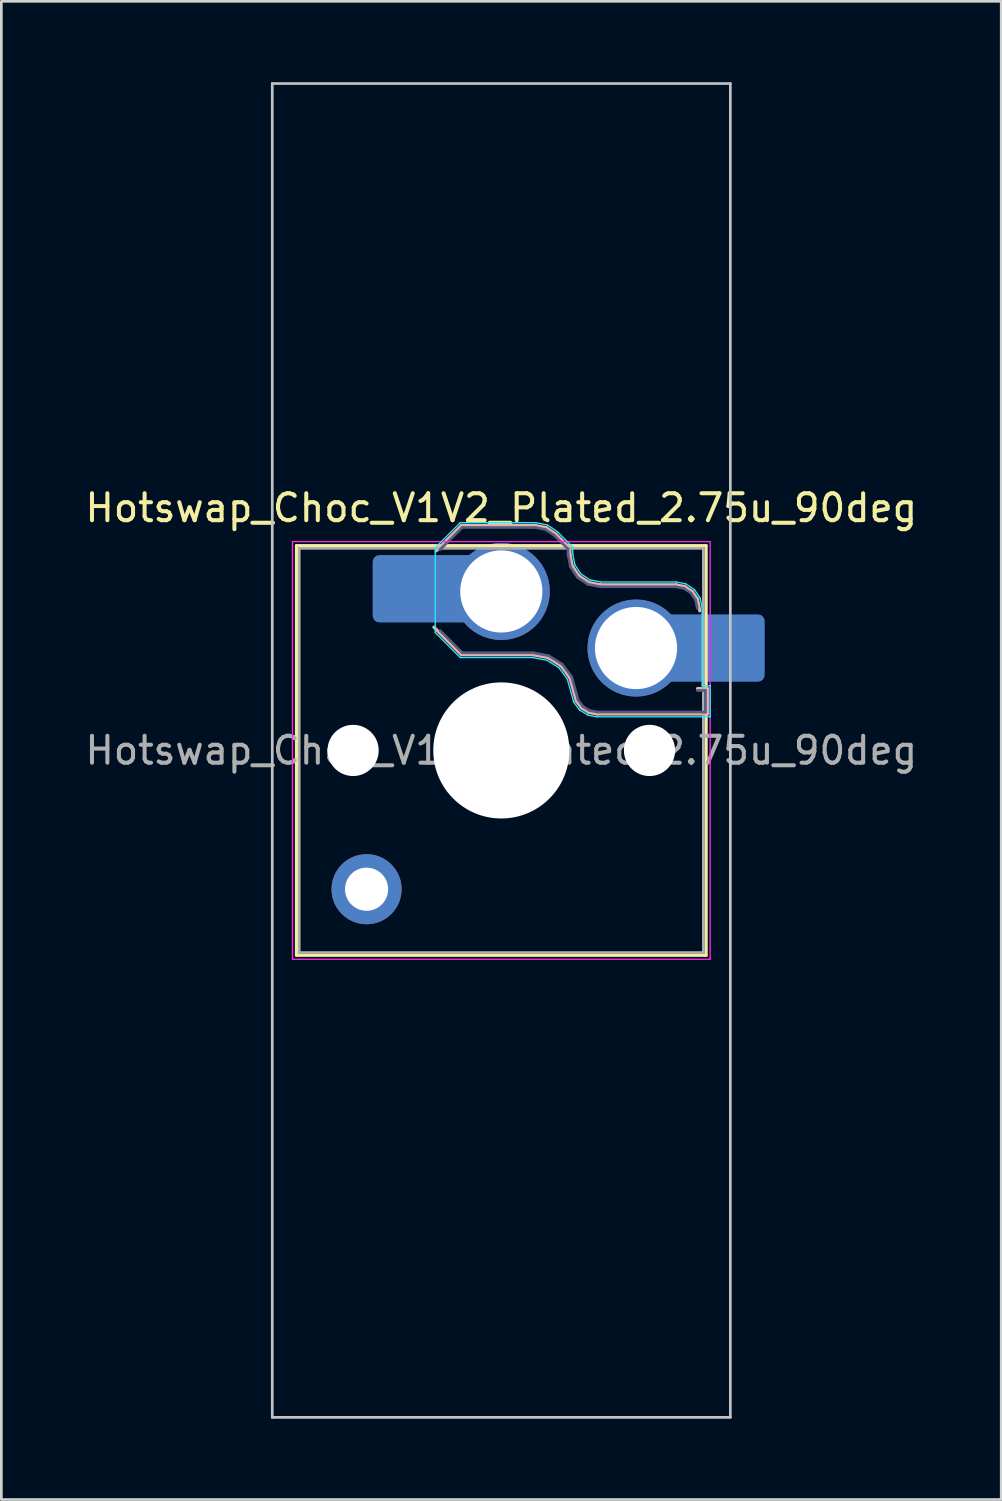
<source format=kicad_pcb>
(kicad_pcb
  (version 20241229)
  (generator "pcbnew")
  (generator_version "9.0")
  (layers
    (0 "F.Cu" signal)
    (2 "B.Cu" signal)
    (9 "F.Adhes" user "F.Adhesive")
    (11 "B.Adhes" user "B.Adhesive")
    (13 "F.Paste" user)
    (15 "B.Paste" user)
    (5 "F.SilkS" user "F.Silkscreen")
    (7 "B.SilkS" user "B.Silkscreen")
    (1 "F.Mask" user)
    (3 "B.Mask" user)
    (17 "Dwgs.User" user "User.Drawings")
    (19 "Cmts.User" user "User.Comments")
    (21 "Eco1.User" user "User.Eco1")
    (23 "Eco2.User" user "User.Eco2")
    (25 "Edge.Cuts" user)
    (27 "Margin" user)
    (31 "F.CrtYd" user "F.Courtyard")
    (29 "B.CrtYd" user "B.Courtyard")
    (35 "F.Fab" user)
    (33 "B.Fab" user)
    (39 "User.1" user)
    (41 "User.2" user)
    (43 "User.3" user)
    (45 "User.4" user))
  (footprint "Hotswap_Choc_V1V2_Plated_2.75u_90deg"
    (layer "F.Cu")
    (at 15.554 24.8)
    (property "Reference" "Hotswap_Choc_V1V2_Plated_2.75u_90deg" (at 0 -9 0) (layer "F.SilkS") (effects (font (size 1 1) (thickness 0.15))))
    (attr smd allow_soldermask_bridges)
    (fp_line (start -7.6 -7.6) (end -7.6 7.6) (stroke (width 0.12) (type solid)) (layer "F.SilkS"))
    (fp_line (start -7.6 7.6) (end 7.6 7.6) (stroke (width 0.12) (type solid)) (layer "F.SilkS"))
    (fp_line (start 7.6 -7.6) (end -7.6 -7.6) (stroke (width 0.12) (type solid)) (layer "F.SilkS"))
    (fp_line (start 7.6 7.6) (end 7.6 -7.6) (stroke (width 0.12) (type solid)) (layer "F.SilkS"))
    (fp_line (start -2.416 -7.409) (end -1.479 -8.346) (stroke (width 0.12) (type solid)) (layer "B.SilkS"))
    (fp_line (start -1.479 -8.346) (end 1.268 -8.346) (stroke (width 0.12) (type solid)) (layer "B.SilkS"))
    (fp_line (start -1.479 -3.554) (end -2.5 -4.575) (stroke (width 0.12) (type solid)) (layer "B.SilkS"))
    (fp_line (start 1.168 -3.554) (end -1.479 -3.554) (stroke (width 0.12) (type solid)) (layer "B.SilkS"))
    (fp_line (start 1.268 -8.346) (end 1.671 -8.266) (stroke (width 0.12) (type solid)) (layer "B.SilkS"))
    (fp_line (start 1.671 -8.266) (end 2.013 -8.037) (stroke (width 0.12) (type solid)) (layer "B.SilkS"))
    (fp_line (start 1.73 -3.449) (end 1.168 -3.554) (stroke (width 0.12) (type solid)) (layer "B.SilkS"))
    (fp_line (start 2.013 -8.037) (end 2.546 -7.504) (stroke (width 0.12) (type solid)) (layer "B.SilkS"))
    (fp_line (start 2.209 -3.15) (end 1.73 -3.449) (stroke (width 0.12) (type solid)) (layer "B.SilkS"))
    (fp_line (start 2.546 -7.504) (end 2.546 -7.282) (stroke (width 0.12) (type solid)) (layer "B.SilkS"))
    (fp_line (start 2.546 -7.282) (end 2.633 -6.844) (stroke (width 0.12) (type solid)) (layer "B.SilkS"))
    (fp_line (start 2.547 -2.697) (end 2.209 -3.15) (stroke (width 0.12) (type solid)) (layer "B.SilkS"))
    (fp_line (start 2.633 -6.844) (end 2.877 -6.477) (stroke (width 0.12) (type solid)) (layer "B.SilkS"))
    (fp_line (start 2.701 -2.139) (end 2.547 -2.697) (stroke (width 0.12) (type solid)) (layer "B.SilkS"))
    (fp_line (start 2.783 -1.841) (end 2.701 -2.139) (stroke (width 0.12) (type solid)) (layer "B.SilkS"))
    (fp_line (start 2.877 -6.477) (end 3.244 -6.233) (stroke (width 0.12) (type solid)) (layer "B.SilkS"))
    (fp_line (start 2.976 -1.583) (end 2.783 -1.841) (stroke (width 0.12) (type solid)) (layer "B.SilkS"))
    (fp_line (start 3.244 -6.233) (end 3.682 -6.146) (stroke (width 0.12) (type solid)) (layer "B.SilkS"))
    (fp_line (start 3.25 -1.413) (end 2.976 -1.583) (stroke (width 0.12) (type solid)) (layer "B.SilkS"))
    (fp_line (start 3.56 -1.354) (end 3.25 -1.413) (stroke (width 0.12) (type solid)) (layer "B.SilkS"))
    (fp_line (start 3.682 -6.146) (end 6.482 -6.146) (stroke (width 0.12) (type solid)) (layer "B.SilkS"))
    (fp_line (start 6.482 -6.146) (end 6.809 -6.081) (stroke (width 0.12) (type solid)) (layer "B.SilkS"))
    (fp_line (start 6.809 -6.081) (end 7.092 -5.892) (stroke (width 0.12) (type solid)) (layer "B.SilkS"))
    (fp_line (start 7.092 -5.892) (end 7.281 -5.609) (stroke (width 0.12) (type solid)) (layer "B.SilkS"))
    (fp_line (start 7.281 -5.609) (end 7.366 -5.182) (stroke (width 0.12) (type solid)) (layer "B.SilkS"))
    (fp_line (start 7.283 -2.296) (end 7.646 -2.296) (stroke (width 0.12) (type solid)) (layer "B.SilkS"))
    (fp_line (start 7.646 -2.296) (end 7.646 -1.354) (stroke (width 0.12) (type solid)) (layer "B.SilkS"))
    (fp_line (start 7.646 -1.354) (end 3.56 -1.354) (stroke (width 0.12) (type solid)) (layer "B.SilkS"))
    (fp_line (start -8.5 -24.75) (end 8.5 -24.75) (stroke (width 0.1) (type solid)) (layer "Dwgs.User"))
    (fp_line (start -8.5 24.75) (end -8.5 -24.75) (stroke (width 0.1) (type solid)) (layer "Dwgs.User"))
    (fp_line (start 8.5 -24.75) (end 8.5 24.75) (stroke (width 0.1) (type solid)) (layer "Dwgs.User"))
    (fp_line (start 8.5 24.75) (end -8.5 24.75) (stroke (width 0.1) (type solid)) (layer "Dwgs.User"))
    (fp_line (start -7.25 -7.25) (end -7.25 7.25) (stroke (width 0.1) (type solid)) (layer "Eco1.User"))
    (fp_line (start -7.25 7.25) (end 7.25 7.25) (stroke (width 0.1) (type solid)) (layer "Eco1.User"))
    (fp_line (start 7.25 -7.25) (end -7.25 -7.25) (stroke (width 0.1) (type solid)) (layer "Eco1.User"))
    (fp_line (start 7.25 7.25) (end 7.25 -7.25) (stroke (width 0.1) (type solid)) (layer "Eco1.User"))
    (fp_line (start -2.452 -7.523) (end -1.523 -8.452) (stroke (width 0.05) (type solid)) (layer "B.CrtYd"))
    (fp_line (start -2.452 -4.377) (end -2.452 -7.523) (stroke (width 0.05) (type solid)) (layer "B.CrtYd"))
    (fp_line (start -1.523 -8.452) (end 1.278 -8.452) (stroke (width 0.05) (type solid)) (layer "B.CrtYd"))
    (fp_line (start -1.523 -3.448) (end -2.452 -4.377) (stroke (width 0.05) (type solid)) (layer "B.CrtYd"))
    (fp_line (start 1.159 -3.448) (end -1.523 -3.448) (stroke (width 0.05) (type solid)) (layer "B.CrtYd"))
    (fp_line (start 1.278 -8.452) (end 1.712 -8.366) (stroke (width 0.05) (type solid)) (layer "B.CrtYd"))
    (fp_line (start 1.691 -3.348) (end 1.159 -3.448) (stroke (width 0.05) (type solid)) (layer "B.CrtYd"))
    (fp_line (start 1.712 -8.366) (end 2.081 -8.119) (stroke (width 0.05) (type solid)) (layer "B.CrtYd"))
    (fp_line (start 2.081 -8.119) (end 2.652 -7.548) (stroke (width 0.05) (type solid)) (layer "B.CrtYd"))
    (fp_line (start 2.136 -3.071) (end 1.691 -3.348) (stroke (width 0.05) (type solid)) (layer "B.CrtYd"))
    (fp_line (start 2.45 -2.65) (end 2.136 -3.071) (stroke (width 0.05) (type solid)) (layer "B.CrtYd"))
    (fp_line (start 2.599 -2.111) (end 2.45 -2.65) (stroke (width 0.05) (type solid)) (layer "B.CrtYd"))
    (fp_line (start 2.652 -7.548) (end 2.652 -7.292) (stroke (width 0.05) (type solid)) (layer "B.CrtYd"))
    (fp_line (start 2.652 -7.292) (end 2.733 -6.885) (stroke (width 0.05) (type solid)) (layer "B.CrtYd"))
    (fp_line (start 2.687 -1.794) (end 2.599 -2.111) (stroke (width 0.05) (type solid)) (layer "B.CrtYd"))
    (fp_line (start 2.733 -6.885) (end 2.953 -6.553) (stroke (width 0.05) (type solid)) (layer "B.CrtYd"))
    (fp_line (start 2.903 -1.503) (end 2.687 -1.794) (stroke (width 0.05) (type solid)) (layer "B.CrtYd"))
    (fp_line (start 2.953 -6.553) (end 3.285 -6.333) (stroke (width 0.05) (type solid)) (layer "B.CrtYd"))
    (fp_line (start 3.211 -1.312) (end 2.903 -1.503) (stroke (width 0.05) (type solid)) (layer "B.CrtYd"))
    (fp_line (start 3.285 -6.333) (end 3.692 -6.252) (stroke (width 0.05) (type solid)) (layer "B.CrtYd"))
    (fp_line (start 3.55 -1.248) (end 3.211 -1.312) (stroke (width 0.05) (type solid)) (layer "B.CrtYd"))
    (fp_line (start 3.692 -6.252) (end 6.492 -6.252) (stroke (width 0.05) (type solid)) (layer "B.CrtYd"))
    (fp_line (start 6.492 -6.252) (end 6.85 -6.181) (stroke (width 0.05) (type solid)) (layer "B.CrtYd"))
    (fp_line (start 6.85 -6.181) (end 7.168 -5.968) (stroke (width 0.05) (type solid)) (layer "B.CrtYd"))
    (fp_line (start 7.168 -5.968) (end 7.381 -5.65) (stroke (width 0.05) (type solid)) (layer "B.CrtYd"))
    (fp_line (start 7.381 -5.65) (end 7.452 -5.292) (stroke (width 0.05) (type solid)) (layer "B.CrtYd"))
    (fp_line (start 7.452 -5.292) (end 7.452 -2.402) (stroke (width 0.05) (type solid)) (layer "B.CrtYd"))
    (fp_line (start 7.452 -2.402) (end 7.752 -2.402) (stroke (width 0.05) (type solid)) (layer "B.CrtYd"))
    (fp_line (start 7.752 -2.402) (end 7.752 -1.248) (stroke (width 0.05) (type solid)) (layer "B.CrtYd"))
    (fp_line (start 7.752 -1.248) (end 3.55 -1.248) (stroke (width 0.05) (type solid)) (layer "B.CrtYd"))
    (fp_line (start -7.75 -7.75) (end -7.75 7.75) (stroke (width 0.05) (type solid)) (layer "F.CrtYd"))
    (fp_line (start -7.75 7.75) (end 7.75 7.75) (stroke (width 0.05) (type solid)) (layer "F.CrtYd"))
    (fp_line (start 7.75 -7.75) (end -7.75 -7.75) (stroke (width 0.05) (type solid)) (layer "F.CrtYd"))
    (fp_line (start 7.75 7.75) (end 7.75 -7.75) (stroke (width 0.05) (type solid)) (layer "F.CrtYd"))
    (fp_line (start -2.275 -7.45) (end -1.45 -8.275) (stroke (width 0.1) (type solid)) (layer "B.Fab"))
    (fp_line (start -1.45 -8.275) (end 1.261 -8.275) (stroke (width 0.1) (type solid)) (layer "B.Fab"))
    (fp_line (start -1.45 -3.625) (end -2.275 -4.45) (stroke (width 0.1) (type solid)) (layer "B.Fab"))
    (fp_line (start 1.175 -3.625) (end -1.45 -3.625) (stroke (width 0.1) (type solid)) (layer "B.Fab"))
    (fp_line (start 1.261 -8.275) (end 1.643 -8.199) (stroke (width 0.1) (type solid)) (layer "B.Fab"))
    (fp_line (start 1.643 -8.199) (end 1.968 -7.982) (stroke (width 0.1) (type solid)) (layer "B.Fab"))
    (fp_line (start 1.756 -3.516) (end 1.175 -3.625) (stroke (width 0.1) (type solid)) (layer "B.Fab"))
    (fp_line (start 1.968 -7.982) (end 2.475 -7.475) (stroke (width 0.1) (type solid)) (layer "B.Fab"))
    (fp_line (start 2.258 -3.203) (end 1.756 -3.516) (stroke (width 0.1) (type solid)) (layer "B.Fab"))
    (fp_line (start 2.475 -7.475) (end 2.475 -7.275) (stroke (width 0.1) (type solid)) (layer "B.Fab"))
    (fp_line (start 2.475 -7.275) (end 2.566 -6.816) (stroke (width 0.1) (type solid)) (layer "B.Fab"))
    (fp_line (start 2.566 -6.816) (end 2.826 -6.426) (stroke (width 0.1) (type solid)) (layer "B.Fab"))
    (fp_line (start 2.612 -2.729) (end 2.258 -3.203) (stroke (width 0.1) (type solid)) (layer "B.Fab"))
    (fp_line (start 2.769 -2.158) (end 2.612 -2.729) (stroke (width 0.1) (type solid)) (layer "B.Fab"))
    (fp_line (start 2.826 -6.426) (end 3.216 -6.166) (stroke (width 0.1) (type solid)) (layer "B.Fab"))
    (fp_line (start 2.848 -1.873) (end 2.769 -2.158) (stroke (width 0.1) (type solid)) (layer "B.Fab"))
    (fp_line (start 3.025 -1.636) (end 2.848 -1.873) (stroke (width 0.1) (type solid)) (layer "B.Fab"))
    (fp_line (start 3.216 -6.166) (end 3.675 -6.075) (stroke (width 0.1) (type solid)) (layer "B.Fab"))
    (fp_line (start 3.276 -1.48) (end 3.025 -1.636) (stroke (width 0.1) (type solid)) (layer "B.Fab"))
    (fp_line (start 3.567 -1.425) (end 3.276 -1.48) (stroke (width 0.1) (type solid)) (layer "B.Fab"))
    (fp_line (start 3.675 -6.075) (end 6.475 -6.075) (stroke (width 0.1) (type solid)) (layer "B.Fab"))
    (fp_line (start 6.475 -6.075) (end 6.781 -6.014) (stroke (width 0.1) (type solid)) (layer "B.Fab"))
    (fp_line (start 6.781 -6.014) (end 7.041 -5.841) (stroke (width 0.1) (type solid)) (layer "B.Fab"))
    (fp_line (start 7.041 -5.841) (end 7.214 -5.581) (stroke (width 0.1) (type solid)) (layer "B.Fab"))
    (fp_line (start 7.214 -5.581) (end 7.275 -5.275) (stroke (width 0.1) (type solid)) (layer "B.Fab"))
    (fp_line (start 7.275 -2.225) (end 7.575 -2.225) (stroke (width 0.1) (type solid)) (layer "B.Fab"))
    (fp_line (start 7.575 -2.225) (end 7.575 -1.425) (stroke (width 0.1) (type solid)) (layer "B.Fab"))
    (fp_line (start 7.575 -1.425) (end 3.567 -1.425) (stroke (width 0.1) (type solid)) (layer "B.Fab"))
    (fp_line (start -7.5 -7.5) (end -7.5 7.5) (stroke (width 0.1) (type solid)) (layer "F.Fab"))
    (fp_line (start -7.5 7.5) (end 7.5 7.5) (stroke (width 0.1) (type solid)) (layer "F.Fab"))
    (fp_line (start 7.5 -7.5) (end -7.5 -7.5) (stroke (width 0.1) (type solid)) (layer "F.Fab"))
    (fp_line (start 7.5 7.5) (end 7.5 -7.5) (stroke (width 0.1) (type solid)) (layer "F.Fab"))
    (fp_text user "${REFERENCE}" (at 0 0 0) (layer "F.Fab") (effects (font (size 1 1) (thickness 0.15))))
    (pad "" np_thru_hole circle (at -5.5 0) (size 1.9 1.9) (drill 1.9) (layers "*.Cu" "*.Mask"))
    (pad "" thru_hole circle (at -5 5.15) (size 2.6 2.6) (drill 1.6) (layers "*.Cu" "*.Mask"))
    (pad "" smd roundrect (at -3.5 -6) (size 2.55 2.5) (layers "B.Mask" "B.Paste") (roundrect_rratio 0.1))
    (pad "" np_thru_hole circle (at 0 0) (size 5.05 5.05) (drill 5.05) (layers "*.Cu" "*.Mask"))
    (pad "" np_thru_hole circle (at 5.5 0) (size 1.9 1.9) (drill 1.9) (layers "*.Cu" "*.Mask"))
    (pad "" smd roundrect (at 8.5 -3.8) (size 2.55 2.5) (layers "B.Mask" "B.Paste") (roundrect_rratio 0.1))
    (pad "1" smd roundrect (at -2.85 -6) (size 3.85 2.5) (layers "B.Cu") (roundrect_rratio 0.1))
    (pad "1" thru_hole circle (at 0 -5.9) (size 3.6 3.6) (drill 3.05) (layers "*.Cu" "*.Mask"))
    (pad "2" thru_hole circle (at 5 -3.8) (size 3.6 3.6) (drill 3.05) (layers "*.Cu" "*.Mask"))
    (pad "2" smd roundrect (at 7.85 -3.8) (size 3.85 2.5) (layers "B.Cu") (roundrect_rratio 0.1)))
  (gr_rect
    (start -3 -3)
    (end 34.107 52.6)
    (stroke (width 0.1) (type default))
    (fill no)
    (layer "Edge.Cuts")))
</source>
